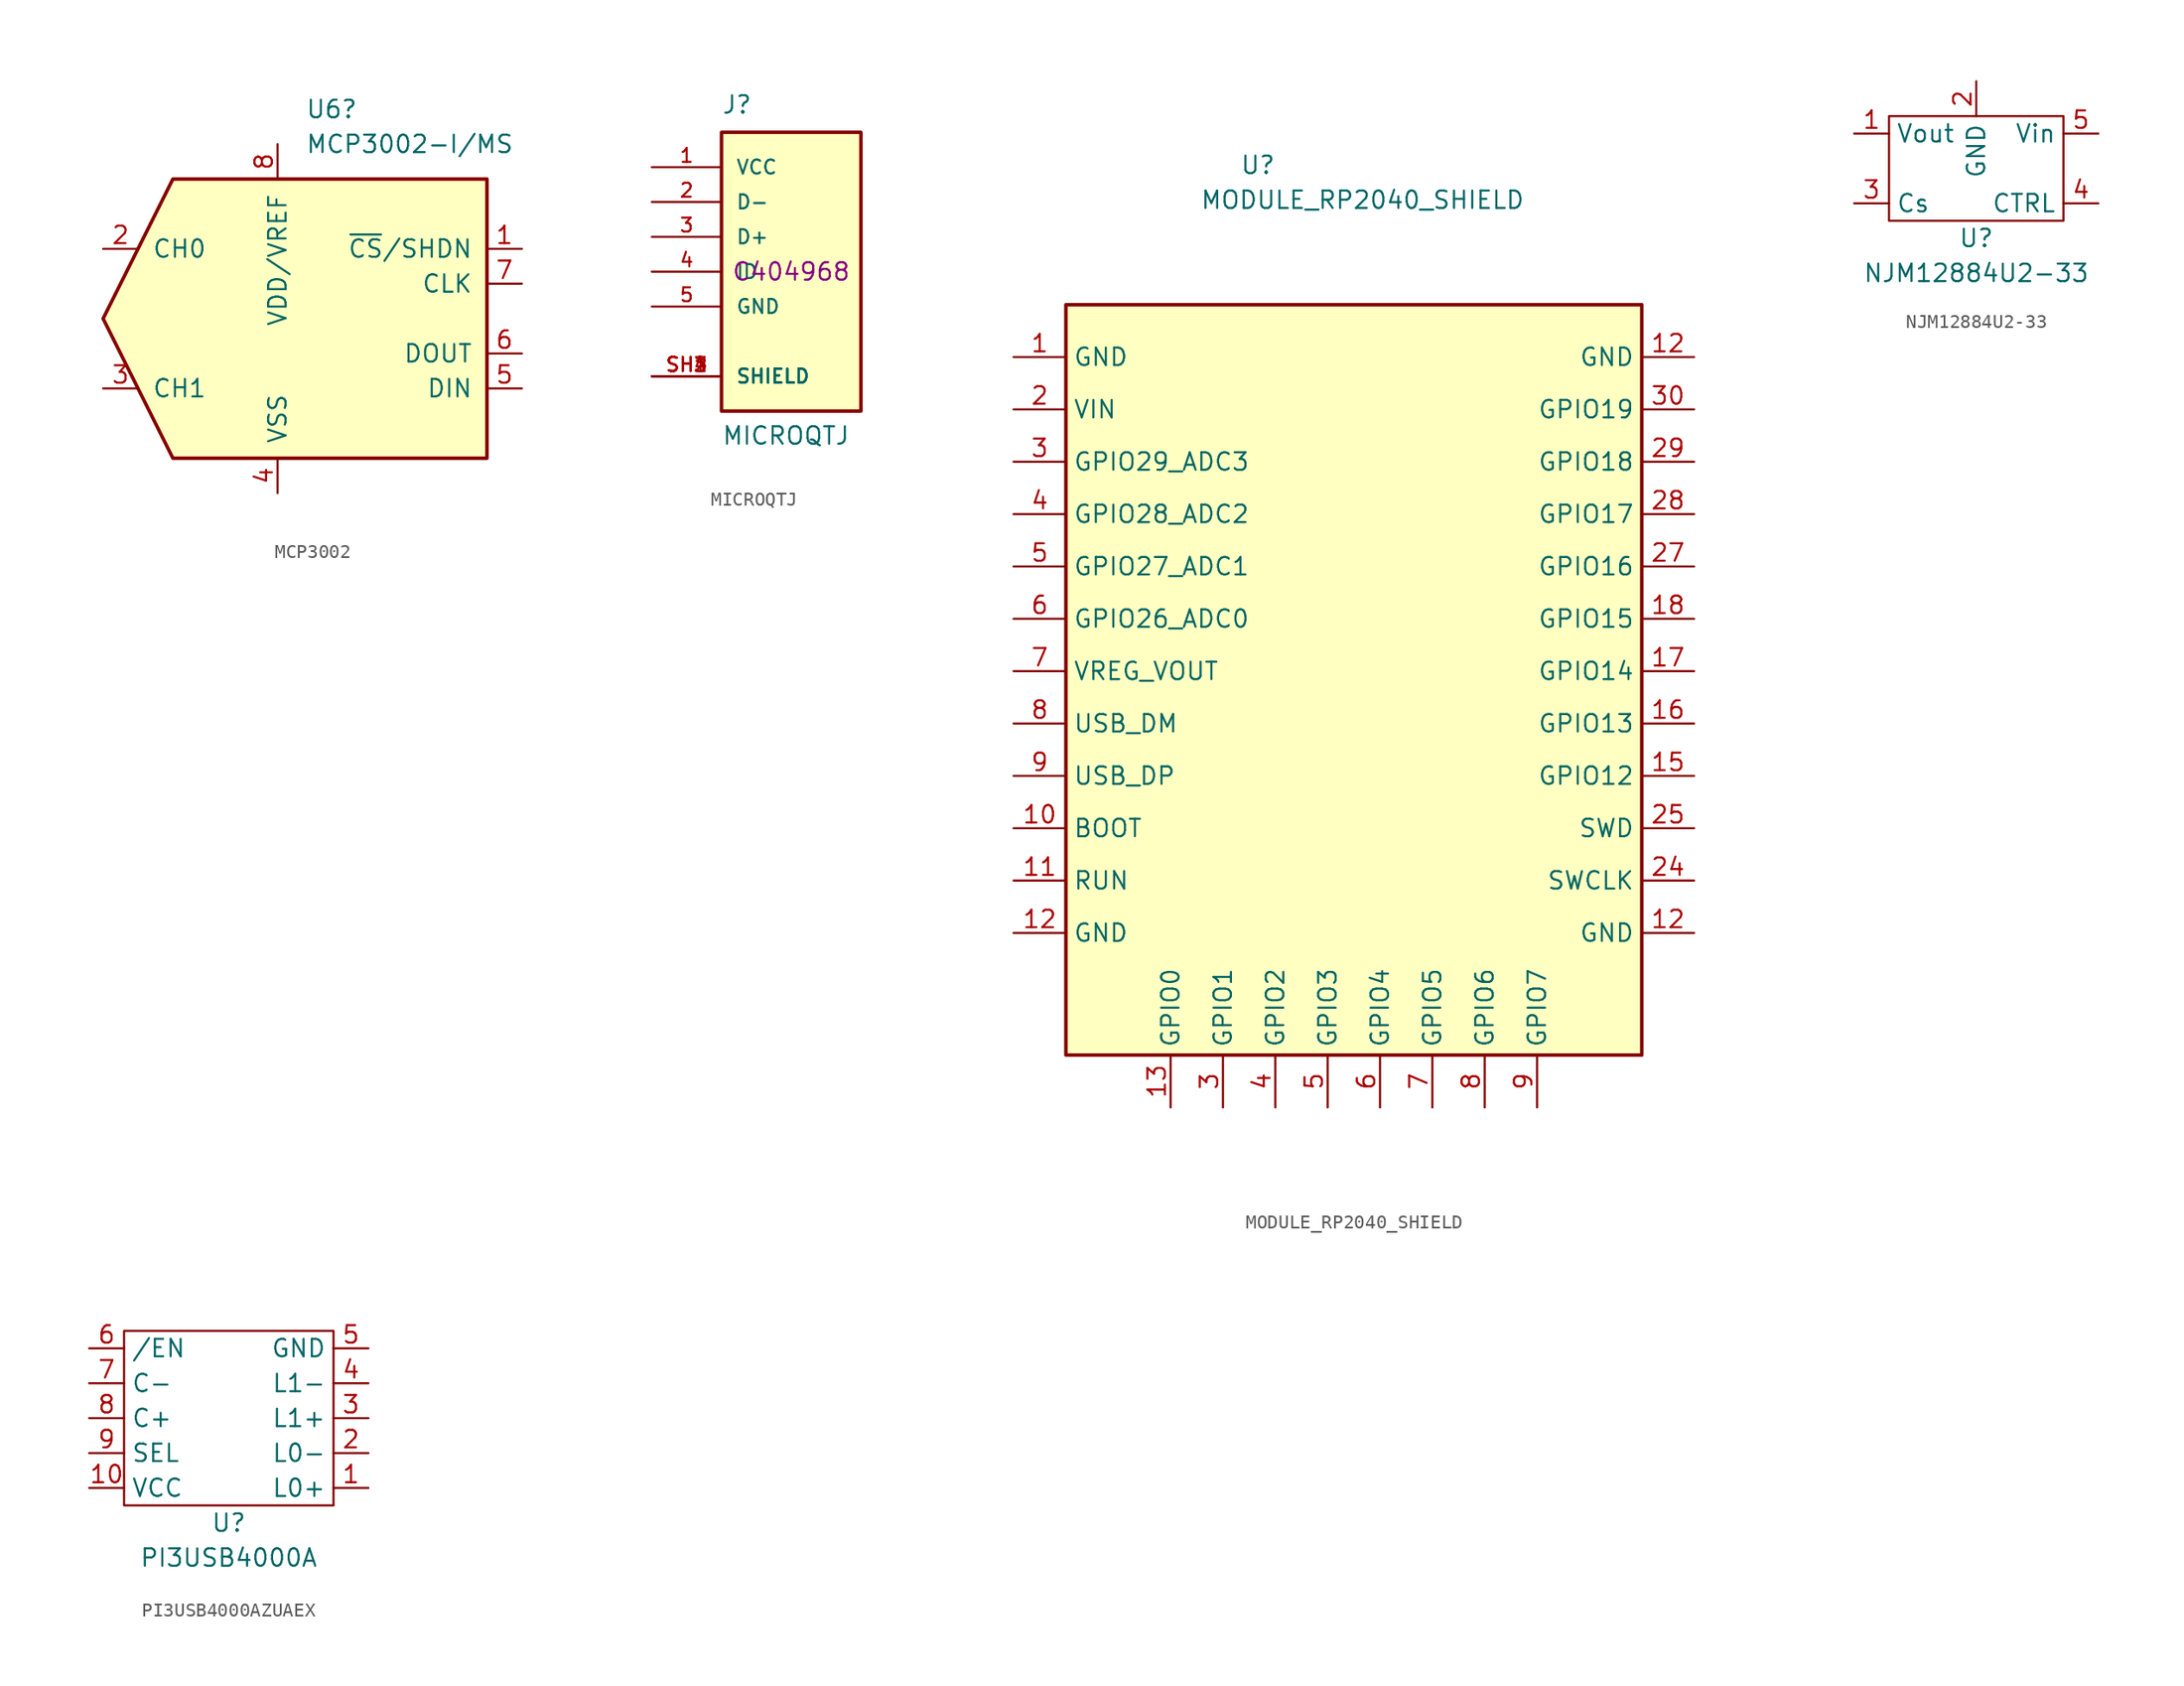
<source format=kicad_sym>
(kicad_symbol_lib
  (version 20241209)
  (generator "kicad_symbol_editor")
  (generator_version "9.0")
  (symbol "MCP3002"
    (pin_names
      (offset 1.016))
    (property "Reference" "U6"
      (at 2.019 15.24 0)
      (effects (font (size 1.27 1.27)) (justify left)))
    (property "Value" "MCP3002-I/MS"
      (at 2.019 12.7 0)
      (effects (font (size 1.27 1.27)) (justify left)))
    (symbol "MCP3002_0_1"
      (polyline (pts (xy 15.24 10.16) (xy -7.62 10.16) (xy -12.7 0) (xy -7.62 -10.16) (xy 15.24 -10.16) (xy 15.24 10.16)) (stroke (width 0.254) (type default)) (fill (type background))))
    (symbol "MCP3002_1_1"
      (pin passive line (at -12.7 5.08 0) (length 2.54) (name "CH0" (effects (font (size 1.27 1.27)))) (number "2" (effects (font (size 1.27 1.27)))))
      (pin passive line (at -12.7 -5.08 0) (length 2.54) (name "CH1" (effects (font (size 1.27 1.27)))) (number "3" (effects (font (size 1.27 1.27)))))
      (pin power_in line (at 0 12.7 270) (length 2.54) (name "VDD/VREF" (effects (font (size 1.27 1.27)))) (number "8" (effects (font (size 1.27 1.27)))))
      (pin power_in line (at 0 -12.7 90) (length 2.54) (name "VSS" (effects (font (size 1.27 1.27)))) (number "4" (effects (font (size 1.27 1.27)))))
      (pin input line (at 17.78 5.08 180) (length 2.54) (name "~{CS}/SHDN" (effects (font (size 1.27 1.27)))) (number "1" (effects (font (size 1.27 1.27)))))
      (pin input line (at 17.78 2.54 180) (length 2.54) (name "CLK" (effects (font (size 1.27 1.27)))) (number "7" (effects (font (size 1.27 1.27)))))
      (pin output line (at 17.78 -2.54 180) (length 2.54) (name "DOUT" (effects (font (size 1.27 1.27)))) (number "6" (effects (font (size 1.27 1.27)))))
      (pin input line (at 17.78 -5.08 180) (length 2.54) (name "DIN" (effects (font (size 1.27 1.27)))) (number "5" (effects (font (size 1.27 1.27)))))))
  (symbol "MICROQTJ"
    (pin_names
      (offset 1.016))
    (property "Reference" "J"
      (at -5.08 11.43 0)
      (effects (font (size 1.27 1.27)) (justify left bottom)))
    (property "Value" "MICROQTJ"
      (at -5.08 -12.7 0)
      (effects (font (size 1.27 1.27)) (justify left bottom)))
    (property "LCSC" "C404968"
      (at 0 0 0)
      (effects (font (size 1.27 1.27))))
    (symbol "MICROQTJ_0_0"
      (rectangle (start -5.08 -10.16) (end 5.08 10.16) (stroke (width 0.254) (type default)) (fill (type background)))
      (pin power_in line (at -10.16 7.62 0) (length 5.08) (name "VCC" (effects (font (size 1.016 1.016)))) (number "1" (effects (font (size 1.016 1.016)))))
      (pin bidirectional line (at -10.16 5.08 0) (length 5.08) (name "D-" (effects (font (size 1.016 1.016)))) (number "2" (effects (font (size 1.016 1.016)))))
      (pin bidirectional line (at -10.16 2.54 0) (length 5.08) (name "D+" (effects (font (size 1.016 1.016)))) (number "3" (effects (font (size 1.016 1.016)))))
      (pin bidirectional line (at -10.16 0 0) (length 5.08) (name "ID" (effects (font (size 1.016 1.016)))) (number "4" (effects (font (size 1.016 1.016)))))
      (pin power_in line (at -10.16 -2.54 0) (length 5.08) (name "GND" (effects (font (size 1.016 1.016)))) (number "5" (effects (font (size 1.016 1.016)))))
      (pin passive line (at -10.16 -7.62 0) (length 5.08) (name "SHIELD" (effects (font (size 1.016 1.016)))) (number "SH1" (effects (font (size 1.016 1.016)))))
      (pin passive line (at -10.16 -7.62 0) (length 5.08) (name "SHIELD" (effects (font (size 1.016 1.016)))) (number "SH2" (effects (font (size 1.016 1.016)))))
      (pin passive line (at -10.16 -7.62 0) (length 5.08) (name "SHIELD" (effects (font (size 1.016 1.016)))) (number "SH3" (effects (font (size 1.016 1.016)))))
      (pin passive line (at -10.16 -7.62 0) (length 5.08) (name "SHIELD" (effects (font (size 1.016 1.016)))) (number "SH4" (effects (font (size 1.016 1.016)))))))
  (symbol "MODULE_RP2040_SHIELD"
    (property "Reference" "U"
      (at -11.43 36.83 0)
      (effects (font (size 1.27 1.27))))
    (property "Value" "MODULE_RP2040_SHIELD"
      (at -3.81 34.29 0)
      (effects (font (size 1.27 1.27))))
    (symbol "MODULE_RP2040_SHIELD_0_1"
      (rectangle (start -25.4 26.67) (end 16.51 -27.94) (stroke (width 0.254) (type default)) (fill (type background))))
    (symbol "MODULE_RP2040_SHIELD_1_1"
      (pin power_in line (at -29.21 22.86 0) (length 3.81) (name "GND" (effects (font (size 1.27 1.27)))) (number "1" (effects (font (size 1.27 1.27)))))
      (pin power_in line (at -29.21 19.05 0) (length 3.81) (name "VIN" (effects (font (size 1.27 1.27)))) (number "2" (effects (font (size 1.27 1.27)))))
      (pin bidirectional line (at -29.21 15.24 0) (length 3.81) (name "GPIO29_ADC3" (effects (font (size 1.27 1.27)))) (number "3" (effects (font (size 1.27 1.27)))))
      (pin bidirectional line (at -29.21 11.43 0) (length 3.81) (name "GPIO28_ADC2" (effects (font (size 1.27 1.27)))) (number "4" (effects (font (size 1.27 1.27)))))
      (pin bidirectional line (at -29.21 7.62 0) (length 3.81) (name "GPIO27_ADC1" (effects (font (size 1.27 1.27)))) (number "5" (effects (font (size 1.27 1.27)))))
      (pin bidirectional line (at -29.21 3.81 0) (length 3.81) (name "GPIO26_ADC0" (effects (font (size 1.27 1.27)))) (number "6" (effects (font (size 1.27 1.27)))))
      (pin power_out line (at -29.21 0 0) (length 3.81) (name "VREG_VOUT" (effects (font (size 1.27 1.27)))) (number "7" (effects (font (size 1.27 1.27)))))
      (pin bidirectional line (at -29.21 -3.81 0) (length 3.81) (name "USB_DM" (effects (font (size 1.27 1.27)))) (number "8" (effects (font (size 1.27 1.27)))))
      (pin bidirectional line (at -29.21 -7.62 0) (length 3.81) (name "USB_DP" (effects (font (size 1.27 1.27)))) (number "9" (effects (font (size 1.27 1.27)))))
      (pin bidirectional line (at -29.21 -11.43 0) (length 3.81) (name "BOOT" (effects (font (size 1.27 1.27)))) (number "10" (effects (font (size 1.27 1.27)))))
      (pin input line (at -29.21 -15.24 0) (length 3.81) (name "RUN" (effects (font (size 1.27 1.27)))) (number "11" (effects (font (size 1.27 1.27)))))
      (pin power_in line (at -29.21 -19.05 0) (length 3.81) (name "GND" (effects (font (size 1.27 1.27)))) (number "12" (effects (font (size 1.27 1.27)))))
      (pin bidirectional line (at -17.78 -31.75 90) (length 3.81) (name "GPIO0" (effects (font (size 1.27 1.27)))) (number "13" (effects (font (size 1.27 1.27)))))
      (pin bidirectional line (at -13.97 -31.75 90) (length 3.81) (name "GPIO1" (effects (font (size 1.27 1.27)))) (number "3" (effects (font (size 1.27 1.27)))))
      (pin bidirectional line (at -10.16 -31.75 90) (length 3.81) (name "GPIO2" (effects (font (size 1.27 1.27)))) (number "4" (effects (font (size 1.27 1.27)))))
      (pin bidirectional line (at -6.35 -31.75 90) (length 3.81) (name "GPIO3" (effects (font (size 1.27 1.27)))) (number "5" (effects (font (size 1.27 1.27)))))
      (pin bidirectional line (at -2.54 -31.75 90) (length 3.81) (name "GPIO4" (effects (font (size 1.27 1.27)))) (number "6" (effects (font (size 1.27 1.27)))))
      (pin bidirectional line (at 1.27 -31.75 90) (length 3.81) (name "GPIO5" (effects (font (size 1.27 1.27)))) (number "7" (effects (font (size 1.27 1.27)))))
      (pin bidirectional line (at 5.08 -31.75 90) (length 3.81) (name "GPIO6" (effects (font (size 1.27 1.27)))) (number "8" (effects (font (size 1.27 1.27)))))
      (pin bidirectional line (at 8.89 -31.75 90) (length 3.81) (name "GPIO7" (effects (font (size 1.27 1.27)))) (number "9" (effects (font (size 1.27 1.27)))))
      (pin power_in line (at 20.32 22.86 180) (length 3.81) (name "GND" (effects (font (size 1.27 1.27)))) (number "12" (effects (font (size 1.27 1.27)))))
      (pin bidirectional line (at 20.32 19.05 180) (length 3.81) (name "GPIO19" (effects (font (size 1.27 1.27)))) (number "30" (effects (font (size 1.27 1.27)))))
      (pin bidirectional line (at 20.32 15.24 180) (length 3.81) (name "GPIO18" (effects (font (size 1.27 1.27)))) (number "29" (effects (font (size 1.27 1.27)))))
      (pin bidirectional line (at 20.32 11.43 180) (length 3.81) (name "GPIO17" (effects (font (size 1.27 1.27)))) (number "28" (effects (font (size 1.27 1.27)))))
      (pin bidirectional line (at 20.32 7.62 180) (length 3.81) (name "GPIO16" (effects (font (size 1.27 1.27)))) (number "27" (effects (font (size 1.27 1.27)))))
      (pin bidirectional line (at 20.32 3.81 180) (length 3.81) (name "GPIO15" (effects (font (size 1.27 1.27)))) (number "18" (effects (font (size 1.27 1.27)))))
      (pin bidirectional line (at 20.32 0 180) (length 3.81) (name "GPIO14" (effects (font (size 1.27 1.27)))) (number "17" (effects (font (size 1.27 1.27)))))
      (pin bidirectional line (at 20.32 -3.81 180) (length 3.81) (name "GPIO13" (effects (font (size 1.27 1.27)))) (number "16" (effects (font (size 1.27 1.27)))))
      (pin bidirectional line (at 20.32 -7.62 180) (length 3.81) (name "GPIO12" (effects (font (size 1.27 1.27)))) (number "15" (effects (font (size 1.27 1.27)))))
      (pin bidirectional line (at 20.32 -11.43 180) (length 3.81) (name "SWD" (effects (font (size 1.27 1.27)))) (number "25" (effects (font (size 1.27 1.27)))))
      (pin output line (at 20.32 -15.24 180) (length 3.81) (name "SWCLK" (effects (font (size 1.27 1.27)))) (number "24" (effects (font (size 1.27 1.27)))))
      (pin power_in line (at 20.32 -19.05 180) (length 3.81) (name "GND" (effects (font (size 1.27 1.27)))) (number "12" (effects (font (size 1.27 1.27)))))))
  (symbol "NJM12884U2-33"
    (property "Reference" "U"
      (at 0 -3.81 0)
      (effects (font (size 1.27 1.27))))
    (property "Value" "NJM12884U2-33"
      (at 0 -6.35 0)
      (effects (font (size 1.27 1.27))))
    (symbol "NJM12884U2-33_0_1"
      (rectangle (start -6.35 5.08) (end 6.35 -2.54) (stroke (width 0) (type default)) (fill (type none))))
    (symbol "NJM12884U2-33_1_1"
      (pin power_out line (at -8.89 3.81 0) (length 2.54) (name "Vout" (effects (font (size 1.27 1.27)))) (number "1" (effects (font (size 1.27 1.27)))))
      (pin input line (at -8.89 -1.27 0) (length 2.54) (name "Cs" (effects (font (size 1.27 1.27)))) (number "3" (effects (font (size 1.27 1.27)))))
      (pin power_in line (at 0 7.62 270) (length 2.54) (name "GND" (effects (font (size 1.27 1.27)))) (number "2" (effects (font (size 1.27 1.27)))))
      (pin input line (at 8.89 3.81 180) (length 2.54) (name "Vin" (effects (font (size 1.27 1.27)))) (number "5" (effects (font (size 1.27 1.27)))))
      (pin input line (at 8.89 -1.27 180) (length 2.54) (name "CTRL" (effects (font (size 1.27 1.27)))) (number "4" (effects (font (size 1.27 1.27)))))))
  (symbol "PI3USB4000AZUAEX"
    (property "Reference" "U"
      (at 0 -7.62 0)
      (effects (font (size 1.27 1.27))))
    (property "Value" "PI3USB4000A"
      (at 0 -10.16 0)
      (effects (font (size 1.27 1.27))))
    (symbol "PI3USB4000AZUAEX_0_1"
      (rectangle (start -7.62 6.35) (end 7.62 -6.35) (stroke (width 0) (type default)) (fill (type none))))
    (symbol "PI3USB4000AZUAEX_1_1"
      (pin input line (at -10.16 5.08 0) (length 2.54) (name "/EN" (effects (font (size 1.27 1.27)))) (number "6" (effects (font (size 1.27 1.27)))))
      (pin bidirectional line (at -10.16 2.54 0) (length 2.54) (name "C-" (effects (font (size 1.27 1.27)))) (number "7" (effects (font (size 1.27 1.27)))))
      (pin bidirectional line (at -10.16 0 0) (length 2.54) (name "C+" (effects (font (size 1.27 1.27)))) (number "8" (effects (font (size 1.27 1.27)))))
      (pin input line (at -10.16 -2.54 0) (length 2.54) (name "SEL" (effects (font (size 1.27 1.27)))) (number "9" (effects (font (size 1.27 1.27)))))
      (pin power_in line (at -10.16 -5.08 0) (length 2.54) (name "VCC" (effects (font (size 1.27 1.27)))) (number "10" (effects (font (size 1.27 1.27)))))
      (pin input line (at 10.16 5.08 180) (length 2.54) (name "GND" (effects (font (size 1.27 1.27)))) (number "5" (effects (font (size 1.27 1.27)))))
      (pin bidirectional line (at 10.16 2.54 180) (length 2.54) (name "L1-" (effects (font (size 1.27 1.27)))) (number "4" (effects (font (size 1.27 1.27)))))
      (pin bidirectional line (at 10.16 0 180) (length 2.54) (name "L1+" (effects (font (size 1.27 1.27)))) (number "3" (effects (font (size 1.27 1.27)))))
      (pin bidirectional line (at 10.16 -2.54 180) (length 2.54) (name "L0-" (effects (font (size 1.27 1.27)))) (number "2" (effects (font (size 1.27 1.27)))))
      (pin bidirectional line (at 10.16 -5.08 180) (length 2.54) (name "L0+" (effects (font (size 1.27 1.27)))) (number "1" (effects (font (size 1.27 1.27))))))))
</source>
